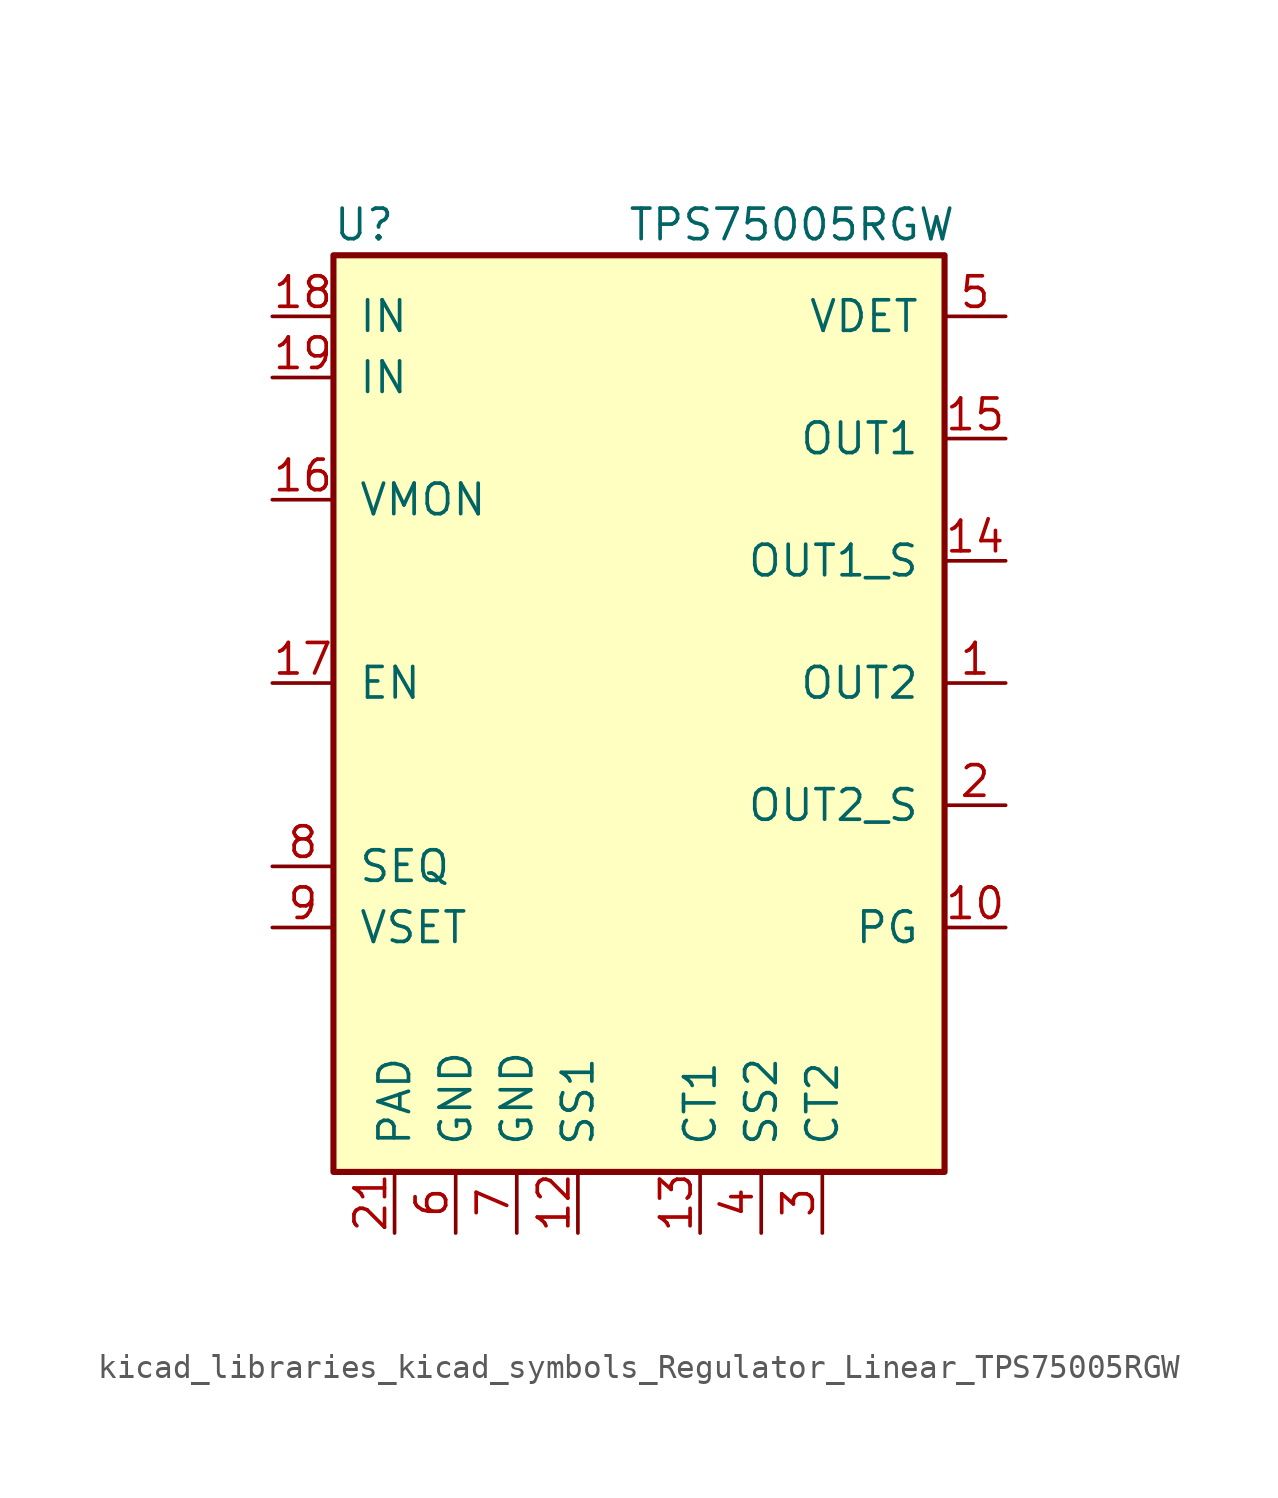
<source format=kicad_sym>
(kicad_symbol_lib
  (version 20220914)
  (generator kicad_symbol_editor)
  (symbol "kicad_libraries_kicad_symbols_Regulator_Linear_TPS75005RGW"
    (pin_names
      (offset 1.016))
    (property "Reference" "U"
      (at -11.43 19.05 0)
      (effects (font (size 1.27 1.27))))
    (property "Value" "TPS75005RGW"
      (at 6.35 19.05 0)
      (effects (font (size 1.27 1.27))))
    (symbol "kicad_libraries_kicad_symbols_Regulator_Linear_TPS75005RGW_0_1"
      (rectangle (start -12.7 17.78) (end 12.7 -20.32) (stroke (width 0.254) (type default)) (fill (type background))))
    (symbol "kicad_libraries_kicad_symbols_Regulator_Linear_TPS75005RGW_1_1"
      (pin power_out line (at 15.24 0 180) (length 2.54) (name "OUT2" (effects (font (size 1.27 1.27)))) (number "1" (effects (font (size 1.27 1.27)))))
      (pin output line (at 15.24 -10.16 180) (length 2.54) (name "PG" (effects (font (size 1.27 1.27)))) (number "10" (effects (font (size 1.27 1.27)))))
      (pin no_connect line (at -12.7 -5.08 0) (length 2.54) hide (name "TEST" (effects (font (size 1.27 1.27)))) (number "11" (effects (font (size 1.27 1.27)))))
      (pin input line (at -2.54 -22.86 90) (length 2.54) (name "SS1" (effects (font (size 1.27 1.27)))) (number "12" (effects (font (size 1.27 1.27)))))
      (pin passive line (at 2.54 -22.86 90) (length 2.54) (name "CT1" (effects (font (size 1.27 1.27)))) (number "13" (effects (font (size 1.27 1.27)))))
      (pin input line (at 15.24 5.08 180) (length 2.54) (name "OUT1_S" (effects (font (size 1.27 1.27)))) (number "14" (effects (font (size 1.27 1.27)))))
      (pin power_out line (at 15.24 10.16 180) (length 2.54) (name "OUT1" (effects (font (size 1.27 1.27)))) (number "15" (effects (font (size 1.27 1.27)))))
      (pin input line (at -15.24 7.62 0) (length 2.54) (name "VMON" (effects (font (size 1.27 1.27)))) (number "16" (effects (font (size 1.27 1.27)))))
      (pin input line (at -15.24 0 0) (length 2.54) (name "EN" (effects (font (size 1.27 1.27)))) (number "17" (effects (font (size 1.27 1.27)))))
      (pin power_in line (at -15.24 15.24 0) (length 2.54) (name "IN" (effects (font (size 1.27 1.27)))) (number "18" (effects (font (size 1.27 1.27)))))
      (pin power_in line (at -15.24 12.7 0) (length 2.54) (name "IN" (effects (font (size 1.27 1.27)))) (number "19" (effects (font (size 1.27 1.27)))))
      (pin input line (at 15.24 -5.08 180) (length 2.54) (name "OUT2_S" (effects (font (size 1.27 1.27)))) (number "2" (effects (font (size 1.27 1.27)))))
      (pin no_connect line (at -12.7 -2.54 0) (length 2.54) hide (name "NC" (effects (font (size 1.27 1.27)))) (number "20" (effects (font (size 1.27 1.27)))))
      (pin power_in line (at -10.16 -22.86 90) (length 2.54) (name "PAD" (effects (font (size 1.27 1.27)))) (number "21" (effects (font (size 1.27 1.27)))))
      (pin passive line (at 7.62 -22.86 90) (length 2.54) (name "CT2" (effects (font (size 1.27 1.27)))) (number "3" (effects (font (size 1.27 1.27)))))
      (pin input line (at 5.08 -22.86 90) (length 2.54) (name "SS2" (effects (font (size 1.27 1.27)))) (number "4" (effects (font (size 1.27 1.27)))))
      (pin output line (at 15.24 15.24 180) (length 2.54) (name "VDET" (effects (font (size 1.27 1.27)))) (number "5" (effects (font (size 1.27 1.27)))))
      (pin power_in line (at -7.62 -22.86 90) (length 2.54) (name "GND" (effects (font (size 1.27 1.27)))) (number "6" (effects (font (size 1.27 1.27)))))
      (pin power_in line (at -5.08 -22.86 90) (length 2.54) (name "GND" (effects (font (size 1.27 1.27)))) (number "7" (effects (font (size 1.27 1.27)))))
      (pin input line (at -15.24 -7.62 0) (length 2.54) (name "SEQ" (effects (font (size 1.27 1.27)))) (number "8" (effects (font (size 1.27 1.27)))))
      (pin input line (at -15.24 -10.16 0) (length 2.54) (name "VSET" (effects (font (size 1.27 1.27)))) (number "9" (effects (font (size 1.27 1.27))))))))
</source>
